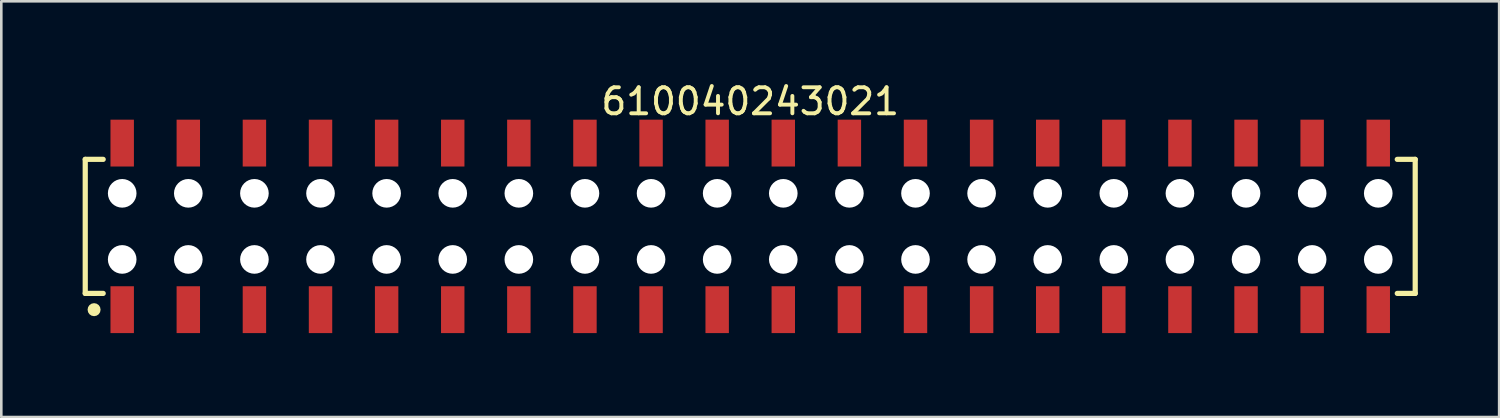
<source format=kicad_pcb>
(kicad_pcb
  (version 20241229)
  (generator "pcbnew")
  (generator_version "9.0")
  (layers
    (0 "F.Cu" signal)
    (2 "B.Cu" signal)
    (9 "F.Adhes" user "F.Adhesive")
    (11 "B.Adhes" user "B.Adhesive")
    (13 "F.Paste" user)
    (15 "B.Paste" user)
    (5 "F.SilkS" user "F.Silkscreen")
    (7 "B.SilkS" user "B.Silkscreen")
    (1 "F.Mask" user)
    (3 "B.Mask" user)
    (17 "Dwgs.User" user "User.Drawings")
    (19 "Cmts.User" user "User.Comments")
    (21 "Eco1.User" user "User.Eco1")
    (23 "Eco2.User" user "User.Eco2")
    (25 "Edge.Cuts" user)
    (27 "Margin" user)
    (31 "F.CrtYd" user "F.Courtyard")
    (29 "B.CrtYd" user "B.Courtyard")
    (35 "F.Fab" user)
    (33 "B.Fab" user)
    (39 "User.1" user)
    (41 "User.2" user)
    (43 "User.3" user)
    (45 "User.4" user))
  (footprint "610040243021"
    (layer "F.Cu")
    (at 25.775 5.648)
    (property "Reference" "610040243021" (at 0 -4.8 0) (layer "F.SilkS") (effects (font (size 1 1) (thickness 0.15))))
    (fp_line (start -25.55 -2.575) (end -24.86 -2.575) (stroke (width 0.2) (type solid)) (layer "F.SilkS"))
    (fp_line (start -25.55 2.575) (end -25.55 -2.575) (stroke (width 0.2) (type solid)) (layer "F.SilkS"))
    (fp_line (start -25.55 2.575) (end -24.86 2.575) (stroke (width 0.2) (type solid)) (layer "F.SilkS"))
    (fp_line (start 24.86 -2.575) (end 25.55 -2.575) (stroke (width 0.2) (type solid)) (layer "F.SilkS"))
    (fp_line (start 24.86 2.575) (end 25.55 2.575) (stroke (width 0.2) (type solid)) (layer "F.SilkS"))
    (fp_line (start 25.55 2.575) (end 25.55 -2.575) (stroke (width 0.2) (type solid)) (layer "F.SilkS"))
    (fp_circle (center -25.21 3.2) (end -25.21 3.075) (stroke (width 0.25) (type solid)) (fill no) (layer "F.SilkS"))
    (fp_line (start -25.75 -4.3) (end 25.75 -4.3) (stroke (width 0.05) (type solid)) (layer "Eco2.User"))
    (fp_line (start -25.75 4.3) (end -25.75 -4.3) (stroke (width 0.05) (type solid)) (layer "Eco2.User"))
    (fp_line (start -25.75 4.3) (end 25.75 4.3) (stroke (width 0.05) (type solid)) (layer "Eco2.User"))
    (fp_line (start -25.4 -2.5) (end 25.4 -2.5) (stroke (width 0.1) (type solid)) (layer "Eco2.User"))
    (fp_line (start -25.4 2.5) (end -25.4 -2.5) (stroke (width 0.1) (type solid)) (layer "Eco2.User"))
    (fp_line (start -25.4 2.5) (end 25.4 2.5) (stroke (width 0.1) (type solid)) (layer "Eco2.User"))
    (fp_line (start -24.38 -3.6) (end -23.88 -3.6) (stroke (width 0.1) (type solid)) (layer "Eco2.User"))
    (fp_line (start -24.38 -2.5) (end -24.38 -3.6) (stroke (width 0.1) (type solid)) (layer "Eco2.User"))
    (fp_line (start -24.38 3.6) (end -24.38 2.5) (stroke (width 0.1) (type solid)) (layer "Eco2.User"))
    (fp_line (start -24.38 3.6) (end -23.88 3.6) (stroke (width 0.1) (type solid)) (layer "Eco2.User"))
    (fp_line (start -23.88 -2.5) (end -23.88 -3.6) (stroke (width 0.1) (type solid)) (layer "Eco2.User"))
    (fp_line (start -23.88 3.6) (end -23.88 2.5) (stroke (width 0.1) (type solid)) (layer "Eco2.User"))
    (fp_line (start -21.84 -3.6) (end -21.34 -3.6) (stroke (width 0.1) (type solid)) (layer "Eco2.User"))
    (fp_line (start -21.84 -2.5) (end -21.84 -3.6) (stroke (width 0.1) (type solid)) (layer "Eco2.User"))
    (fp_line (start -21.84 3.6) (end -21.84 2.5) (stroke (width 0.1) (type solid)) (layer "Eco2.User"))
    (fp_line (start -21.84 3.6) (end -21.34 3.6) (stroke (width 0.1) (type solid)) (layer "Eco2.User"))
    (fp_line (start -21.34 -2.5) (end -21.34 -3.6) (stroke (width 0.1) (type solid)) (layer "Eco2.User"))
    (fp_line (start -21.34 3.6) (end -21.34 2.5) (stroke (width 0.1) (type solid)) (layer "Eco2.User"))
    (fp_line (start -19.3 -3.6) (end -18.8 -3.6) (stroke (width 0.1) (type solid)) (layer "Eco2.User"))
    (fp_line (start -19.3 -2.5) (end -19.3 -3.6) (stroke (width 0.1) (type solid)) (layer "Eco2.User"))
    (fp_line (start -19.3 3.6) (end -19.3 2.5) (stroke (width 0.1) (type solid)) (layer "Eco2.User"))
    (fp_line (start -19.3 3.6) (end -18.8 3.6) (stroke (width 0.1) (type solid)) (layer "Eco2.User"))
    (fp_line (start -18.8 -2.5) (end -18.8 -3.6) (stroke (width 0.1) (type solid)) (layer "Eco2.User"))
    (fp_line (start -18.8 3.6) (end -18.8 2.5) (stroke (width 0.1) (type solid)) (layer "Eco2.User"))
    (fp_line (start -16.76 -3.6) (end -16.26 -3.6) (stroke (width 0.1) (type solid)) (layer "Eco2.User"))
    (fp_line (start -16.76 -2.5) (end -16.76 -3.6) (stroke (width 0.1) (type solid)) (layer "Eco2.User"))
    (fp_line (start -16.76 3.6) (end -16.76 2.5) (stroke (width 0.1) (type solid)) (layer "Eco2.User"))
    (fp_line (start -16.76 3.6) (end -16.26 3.6) (stroke (width 0.1) (type solid)) (layer "Eco2.User"))
    (fp_line (start -16.26 -2.5) (end -16.26 -3.6) (stroke (width 0.1) (type solid)) (layer "Eco2.User"))
    (fp_line (start -16.26 3.6) (end -16.26 2.5) (stroke (width 0.1) (type solid)) (layer "Eco2.User"))
    (fp_line (start -14.22 -3.6) (end -13.72 -3.6) (stroke (width 0.1) (type solid)) (layer "Eco2.User"))
    (fp_line (start -14.22 -2.5) (end -14.22 -3.6) (stroke (width 0.1) (type solid)) (layer "Eco2.User"))
    (fp_line (start -14.22 3.6) (end -14.22 2.5) (stroke (width 0.1) (type solid)) (layer "Eco2.User"))
    (fp_line (start -14.22 3.6) (end -13.72 3.6) (stroke (width 0.1) (type solid)) (layer "Eco2.User"))
    (fp_line (start -13.72 -2.5) (end -13.72 -3.6) (stroke (width 0.1) (type solid)) (layer "Eco2.User"))
    (fp_line (start -13.72 3.6) (end -13.72 2.5) (stroke (width 0.1) (type solid)) (layer "Eco2.User"))
    (fp_line (start -11.68 -3.6) (end -11.18 -3.6) (stroke (width 0.1) (type solid)) (layer "Eco2.User"))
    (fp_line (start -11.68 -2.5) (end -11.68 -3.6) (stroke (width 0.1) (type solid)) (layer "Eco2.User"))
    (fp_line (start -11.68 3.6) (end -11.68 2.5) (stroke (width 0.1) (type solid)) (layer "Eco2.User"))
    (fp_line (start -11.68 3.6) (end -11.18 3.6) (stroke (width 0.1) (type solid)) (layer "Eco2.User"))
    (fp_line (start -11.18 -2.5) (end -11.18 -3.6) (stroke (width 0.1) (type solid)) (layer "Eco2.User"))
    (fp_line (start -11.18 3.6) (end -11.18 2.5) (stroke (width 0.1) (type solid)) (layer "Eco2.User"))
    (fp_line (start -9.14 -3.6) (end -8.64 -3.6) (stroke (width 0.1) (type solid)) (layer "Eco2.User"))
    (fp_line (start -9.14 -2.5) (end -9.14 -3.6) (stroke (width 0.1) (type solid)) (layer "Eco2.User"))
    (fp_line (start -9.14 3.6) (end -9.14 2.5) (stroke (width 0.1) (type solid)) (layer "Eco2.User"))
    (fp_line (start -9.14 3.6) (end -8.64 3.6) (stroke (width 0.1) (type solid)) (layer "Eco2.User"))
    (fp_line (start -8.64 -2.5) (end -8.64 -3.6) (stroke (width 0.1) (type solid)) (layer "Eco2.User"))
    (fp_line (start -8.64 3.6) (end -8.64 2.5) (stroke (width 0.1) (type solid)) (layer "Eco2.User"))
    (fp_line (start -6.6 -3.6) (end -6.1 -3.6) (stroke (width 0.1) (type solid)) (layer "Eco2.User"))
    (fp_line (start -6.6 -2.5) (end -6.6 -3.6) (stroke (width 0.1) (type solid)) (layer "Eco2.User"))
    (fp_line (start -6.6 3.6) (end -6.6 2.5) (stroke (width 0.1) (type solid)) (layer "Eco2.User"))
    (fp_line (start -6.6 3.6) (end -6.1 3.6) (stroke (width 0.1) (type solid)) (layer "Eco2.User"))
    (fp_line (start -6.1 -2.5) (end -6.1 -3.6) (stroke (width 0.1) (type solid)) (layer "Eco2.User"))
    (fp_line (start -6.1 3.6) (end -6.1 2.5) (stroke (width 0.1) (type solid)) (layer "Eco2.User"))
    (fp_line (start -4.06 -3.6) (end -3.56 -3.6) (stroke (width 0.1) (type solid)) (layer "Eco2.User"))
    (fp_line (start -4.06 -2.5) (end -4.06 -3.6) (stroke (width 0.1) (type solid)) (layer "Eco2.User"))
    (fp_line (start -4.06 3.6) (end -4.06 2.5) (stroke (width 0.1) (type solid)) (layer "Eco2.User"))
    (fp_line (start -4.06 3.6) (end -3.56 3.6) (stroke (width 0.1) (type solid)) (layer "Eco2.User"))
    (fp_line (start -3.56 -2.5) (end -3.56 -3.6) (stroke (width 0.1) (type solid)) (layer "Eco2.User"))
    (fp_line (start -3.56 3.6) (end -3.56 2.5) (stroke (width 0.1) (type solid)) (layer "Eco2.User"))
    (fp_line (start -1.52 -3.6) (end -1.02 -3.6) (stroke (width 0.1) (type solid)) (layer "Eco2.User"))
    (fp_line (start -1.52 -2.5) (end -1.52 -3.6) (stroke (width 0.1) (type solid)) (layer "Eco2.User"))
    (fp_line (start -1.52 3.6) (end -1.52 2.5) (stroke (width 0.1) (type solid)) (layer "Eco2.User"))
    (fp_line (start -1.52 3.6) (end -1.02 3.6) (stroke (width 0.1) (type solid)) (layer "Eco2.User"))
    (fp_line (start -1.02 -2.5) (end -1.02 -3.6) (stroke (width 0.1) (type solid)) (layer "Eco2.User"))
    (fp_line (start -1.02 3.6) (end -1.02 2.5) (stroke (width 0.1) (type solid)) (layer "Eco2.User"))
    (fp_line (start -0.5 0) (end 0.5 0) (stroke (width 0.05) (type solid)) (layer "Eco2.User"))
    (fp_line (start 0 0.5) (end 0 -0.5) (stroke (width 0.05) (type solid)) (layer "Eco2.User"))
    (fp_line (start 1.02 -3.6) (end 1.52 -3.6) (stroke (width 0.1) (type solid)) (layer "Eco2.User"))
    (fp_line (start 1.02 -2.5) (end 1.02 -3.6) (stroke (width 0.1) (type solid)) (layer "Eco2.User"))
    (fp_line (start 1.02 3.6) (end 1.02 2.5) (stroke (width 0.1) (type solid)) (layer "Eco2.User"))
    (fp_line (start 1.02 3.6) (end 1.52 3.6) (stroke (width 0.1) (type solid)) (layer "Eco2.User"))
    (fp_line (start 1.52 -2.5) (end 1.52 -3.6) (stroke (width 0.1) (type solid)) (layer "Eco2.User"))
    (fp_line (start 1.52 3.6) (end 1.52 2.5) (stroke (width 0.1) (type solid)) (layer "Eco2.User"))
    (fp_line (start 3.56 -3.6) (end 4.06 -3.6) (stroke (width 0.1) (type solid)) (layer "Eco2.User"))
    (fp_line (start 3.56 -2.5) (end 3.56 -3.6) (stroke (width 0.1) (type solid)) (layer "Eco2.User"))
    (fp_line (start 3.56 3.6) (end 3.56 2.5) (stroke (width 0.1) (type solid)) (layer "Eco2.User"))
    (fp_line (start 3.56 3.6) (end 4.06 3.6) (stroke (width 0.1) (type solid)) (layer "Eco2.User"))
    (fp_line (start 4.06 -2.5) (end 4.06 -3.6) (stroke (width 0.1) (type solid)) (layer "Eco2.User"))
    (fp_line (start 4.06 3.6) (end 4.06 2.5) (stroke (width 0.1) (type solid)) (layer "Eco2.User"))
    (fp_line (start 6.1 -3.6) (end 6.6 -3.6) (stroke (width 0.1) (type solid)) (layer "Eco2.User"))
    (fp_line (start 6.1 -2.5) (end 6.1 -3.6) (stroke (width 0.1) (type solid)) (layer "Eco2.User"))
    (fp_line (start 6.1 3.6) (end 6.1 2.5) (stroke (width 0.1) (type solid)) (layer "Eco2.User"))
    (fp_line (start 6.1 3.6) (end 6.6 3.6) (stroke (width 0.1) (type solid)) (layer "Eco2.User"))
    (fp_line (start 6.6 -2.5) (end 6.6 -3.6) (stroke (width 0.1) (type solid)) (layer "Eco2.User"))
    (fp_line (start 6.6 3.6) (end 6.6 2.5) (stroke (width 0.1) (type solid)) (layer "Eco2.User"))
    (fp_line (start 8.64 -3.6) (end 9.14 -3.6) (stroke (width 0.1) (type solid)) (layer "Eco2.User"))
    (fp_line (start 8.64 -2.5) (end 8.64 -3.6) (stroke (width 0.1) (type solid)) (layer "Eco2.User"))
    (fp_line (start 8.64 3.6) (end 8.64 2.5) (stroke (width 0.1) (type solid)) (layer "Eco2.User"))
    (fp_line (start 8.64 3.6) (end 9.14 3.6) (stroke (width 0.1) (type solid)) (layer "Eco2.User"))
    (fp_line (start 9.14 -2.5) (end 9.14 -3.6) (stroke (width 0.1) (type solid)) (layer "Eco2.User"))
    (fp_line (start 9.14 3.6) (end 9.14 2.5) (stroke (width 0.1) (type solid)) (layer "Eco2.User"))
    (fp_line (start 11.18 -3.6) (end 11.68 -3.6) (stroke (width 0.1) (type solid)) (layer "Eco2.User"))
    (fp_line (start 11.18 -2.5) (end 11.18 -3.6) (stroke (width 0.1) (type solid)) (layer "Eco2.User"))
    (fp_line (start 11.18 3.6) (end 11.18 2.5) (stroke (width 0.1) (type solid)) (layer "Eco2.User"))
    (fp_line (start 11.18 3.6) (end 11.68 3.6) (stroke (width 0.1) (type solid)) (layer "Eco2.User"))
    (fp_line (start 11.68 -2.5) (end 11.68 -3.6) (stroke (width 0.1) (type solid)) (layer "Eco2.User"))
    (fp_line (start 11.68 3.6) (end 11.68 2.5) (stroke (width 0.1) (type solid)) (layer "Eco2.User"))
    (fp_line (start 13.72 -3.6) (end 14.22 -3.6) (stroke (width 0.1) (type solid)) (layer "Eco2.User"))
    (fp_line (start 13.72 -2.5) (end 13.72 -3.6) (stroke (width 0.1) (type solid)) (layer "Eco2.User"))
    (fp_line (start 13.72 3.6) (end 13.72 2.5) (stroke (width 0.1) (type solid)) (layer "Eco2.User"))
    (fp_line (start 13.72 3.6) (end 14.22 3.6) (stroke (width 0.1) (type solid)) (layer "Eco2.User"))
    (fp_line (start 14.22 -2.5) (end 14.22 -3.6) (stroke (width 0.1) (type solid)) (layer "Eco2.User"))
    (fp_line (start 14.22 3.6) (end 14.22 2.5) (stroke (width 0.1) (type solid)) (layer "Eco2.User"))
    (fp_line (start 16.26 -3.6) (end 16.76 -3.6) (stroke (width 0.1) (type solid)) (layer "Eco2.User"))
    (fp_line (start 16.26 -2.5) (end 16.26 -3.6) (stroke (width 0.1) (type solid)) (layer "Eco2.User"))
    (fp_line (start 16.26 3.6) (end 16.26 2.5) (stroke (width 0.1) (type solid)) (layer "Eco2.User"))
    (fp_line (start 16.26 3.6) (end 16.76 3.6) (stroke (width 0.1) (type solid)) (layer "Eco2.User"))
    (fp_line (start 16.76 -2.5) (end 16.76 -3.6) (stroke (width 0.1) (type solid)) (layer "Eco2.User"))
    (fp_line (start 16.76 3.6) (end 16.76 2.5) (stroke (width 0.1) (type solid)) (layer "Eco2.User"))
    (fp_line (start 18.8 -3.6) (end 19.3 -3.6) (stroke (width 0.1) (type solid)) (layer "Eco2.User"))
    (fp_line (start 18.8 -2.5) (end 18.8 -3.6) (stroke (width 0.1) (type solid)) (layer "Eco2.User"))
    (fp_line (start 18.8 3.6) (end 18.8 2.5) (stroke (width 0.1) (type solid)) (layer "Eco2.User"))
    (fp_line (start 18.8 3.6) (end 19.3 3.6) (stroke (width 0.1) (type solid)) (layer "Eco2.User"))
    (fp_line (start 19.3 -2.5) (end 19.3 -3.6) (stroke (width 0.1) (type solid)) (layer "Eco2.User"))
    (fp_line (start 19.3 3.6) (end 19.3 2.5) (stroke (width 0.1) (type solid)) (layer "Eco2.User"))
    (fp_line (start 21.34 -3.6) (end 21.84 -3.6) (stroke (width 0.1) (type solid)) (layer "Eco2.User"))
    (fp_line (start 21.34 -2.5) (end 21.34 -3.6) (stroke (width 0.1) (type solid)) (layer "Eco2.User"))
    (fp_line (start 21.34 3.6) (end 21.34 2.5) (stroke (width 0.1) (type solid)) (layer "Eco2.User"))
    (fp_line (start 21.34 3.6) (end 21.84 3.6) (stroke (width 0.1) (type solid)) (layer "Eco2.User"))
    (fp_line (start 21.84 -2.5) (end 21.84 -3.6) (stroke (width 0.1) (type solid)) (layer "Eco2.User"))
    (fp_line (start 21.84 3.6) (end 21.84 2.5) (stroke (width 0.1) (type solid)) (layer "Eco2.User"))
    (fp_line (start 23.88 -3.6) (end 24.38 -3.6) (stroke (width 0.1) (type solid)) (layer "Eco2.User"))
    (fp_line (start 23.88 -2.5) (end 23.88 -3.6) (stroke (width 0.1) (type solid)) (layer "Eco2.User"))
    (fp_line (start 23.88 3.6) (end 23.88 2.5) (stroke (width 0.1) (type solid)) (layer "Eco2.User"))
    (fp_line (start 23.88 3.6) (end 24.38 3.6) (stroke (width 0.1) (type solid)) (layer "Eco2.User"))
    (fp_line (start 24.38 -2.5) (end 24.38 -3.6) (stroke (width 0.1) (type solid)) (layer "Eco2.User"))
    (fp_line (start 24.38 3.6) (end 24.38 2.5) (stroke (width 0.1) (type solid)) (layer "Eco2.User"))
    (fp_line (start 25.4 2.5) (end 25.4 -2.5) (stroke (width 0.1) (type solid)) (layer "Eco2.User"))
    (fp_line (start 25.75 4.3) (end 25.75 -4.3) (stroke (width 0.05) (type solid)) (layer "Eco2.User"))
    (fp_text user "${REFERENCE}" (at 0.15 -0.197 0) (unlocked yes) (layer "User.3") (effects (font (size 1.5 1.5) (thickness 0.15))))
    (pad "" np_thru_hole circle (at -24.13 -1.27) (size 1.1 1.1) (drill 1.1) (layers "*.Cu" "*.Mask"))
    (pad "" np_thru_hole circle (at -24.13 1.27) (size 1.1 1.1) (drill 1.1) (layers "*.Cu" "*.Mask"))
    (pad "" np_thru_hole circle (at -21.59 -1.27) (size 1.1 1.1) (drill 1.1) (layers "*.Cu" "*.Mask"))
    (pad "" np_thru_hole circle (at -21.59 1.27) (size 1.1 1.1) (drill 1.1) (layers "*.Cu" "*.Mask"))
    (pad "" np_thru_hole circle (at -19.05 -1.27) (size 1.1 1.1) (drill 1.1) (layers "*.Cu" "*.Mask"))
    (pad "" np_thru_hole circle (at -19.05 1.27) (size 1.1 1.1) (drill 1.1) (layers "*.Cu" "*.Mask"))
    (pad "" np_thru_hole circle (at -16.51 -1.27) (size 1.1 1.1) (drill 1.1) (layers "*.Cu" "*.Mask"))
    (pad "" np_thru_hole circle (at -16.51 1.27) (size 1.1 1.1) (drill 1.1) (layers "*.Cu" "*.Mask"))
    (pad "" np_thru_hole circle (at -13.97 -1.27) (size 1.1 1.1) (drill 1.1) (layers "*.Cu" "*.Mask"))
    (pad "" np_thru_hole circle (at -13.97 1.27) (size 1.1 1.1) (drill 1.1) (layers "*.Cu" "*.Mask"))
    (pad "" np_thru_hole circle (at -11.43 -1.27) (size 1.1 1.1) (drill 1.1) (layers "*.Cu" "*.Mask"))
    (pad "" np_thru_hole circle (at -11.43 1.27) (size 1.1 1.1) (drill 1.1) (layers "*.Cu" "*.Mask"))
    (pad "" np_thru_hole circle (at -8.89 -1.27) (size 1.1 1.1) (drill 1.1) (layers "*.Cu" "*.Mask"))
    (pad "" np_thru_hole circle (at -8.89 1.27) (size 1.1 1.1) (drill 1.1) (layers "*.Cu" "*.Mask"))
    (pad "" np_thru_hole circle (at -6.35 -1.27) (size 1.1 1.1) (drill 1.1) (layers "*.Cu" "*.Mask"))
    (pad "" np_thru_hole circle (at -6.35 1.27) (size 1.1 1.1) (drill 1.1) (layers "*.Cu" "*.Mask"))
    (pad "" np_thru_hole circle (at -3.81 -1.27) (size 1.1 1.1) (drill 1.1) (layers "*.Cu" "*.Mask"))
    (pad "" np_thru_hole circle (at -3.81 1.27) (size 1.1 1.1) (drill 1.1) (layers "*.Cu" "*.Mask"))
    (pad "" np_thru_hole circle (at -1.27 -1.27) (size 1.1 1.1) (drill 1.1) (layers "*.Cu" "*.Mask"))
    (pad "" np_thru_hole circle (at -1.27 1.27) (size 1.1 1.1) (drill 1.1) (layers "*.Cu" "*.Mask"))
    (pad "" np_thru_hole circle (at 1.27 -1.27) (size 1.1 1.1) (drill 1.1) (layers "*.Cu" "*.Mask"))
    (pad "" np_thru_hole circle (at 1.27 1.27) (size 1.1 1.1) (drill 1.1) (layers "*.Cu" "*.Mask"))
    (pad "" np_thru_hole circle (at 3.81 -1.27) (size 1.1 1.1) (drill 1.1) (layers "*.Cu" "*.Mask"))
    (pad "" np_thru_hole circle (at 3.81 1.27) (size 1.1 1.1) (drill 1.1) (layers "*.Cu" "*.Mask"))
    (pad "" np_thru_hole circle (at 6.35 -1.27) (size 1.1 1.1) (drill 1.1) (layers "*.Cu" "*.Mask"))
    (pad "" np_thru_hole circle (at 6.35 1.27) (size 1.1 1.1) (drill 1.1) (layers "*.Cu" "*.Mask"))
    (pad "" np_thru_hole circle (at 8.89 -1.27) (size 1.1 1.1) (drill 1.1) (layers "*.Cu" "*.Mask"))
    (pad "" np_thru_hole circle (at 8.89 1.27) (size 1.1 1.1) (drill 1.1) (layers "*.Cu" "*.Mask"))
    (pad "" np_thru_hole circle (at 11.43 -1.27) (size 1.1 1.1) (drill 1.1) (layers "*.Cu" "*.Mask"))
    (pad "" np_thru_hole circle (at 11.43 1.27) (size 1.1 1.1) (drill 1.1) (layers "*.Cu" "*.Mask"))
    (pad "" np_thru_hole circle (at 13.97 -1.27) (size 1.1 1.1) (drill 1.1) (layers "*.Cu" "*.Mask"))
    (pad "" np_thru_hole circle (at 13.97 1.27) (size 1.1 1.1) (drill 1.1) (layers "*.Cu" "*.Mask"))
    (pad "" np_thru_hole circle (at 16.51 -1.27) (size 1.1 1.1) (drill 1.1) (layers "*.Cu" "*.Mask"))
    (pad "" np_thru_hole circle (at 16.51 1.27) (size 1.1 1.1) (drill 1.1) (layers "*.Cu" "*.Mask"))
    (pad "" np_thru_hole circle (at 19.05 -1.27) (size 1.1 1.1) (drill 1.1) (layers "*.Cu" "*.Mask"))
    (pad "" np_thru_hole circle (at 19.05 1.27) (size 1.1 1.1) (drill 1.1) (layers "*.Cu" "*.Mask"))
    (pad "" np_thru_hole circle (at 21.59 -1.27) (size 1.1 1.1) (drill 1.1) (layers "*.Cu" "*.Mask"))
    (pad "" np_thru_hole circle (at 21.59 1.27) (size 1.1 1.1) (drill 1.1) (layers "*.Cu" "*.Mask"))
    (pad "" np_thru_hole circle (at 24.13 -1.27) (size 1.1 1.1) (drill 1.1) (layers "*.Cu" "*.Mask"))
    (pad "" np_thru_hole circle (at 24.13 1.27) (size 1.1 1.1) (drill 1.1) (layers "*.Cu" "*.Mask"))
    (pad "1" smd rect (at -24.13 3.2) (size 0.9 1.8) (layers "F.Cu" "F.Mask" "F.Paste"))
    (pad "2" smd rect (at -24.13 -3.2) (size 0.9 1.8) (layers "F.Cu" "F.Mask" "F.Paste"))
    (pad "3" smd rect (at -21.59 3.2) (size 0.9 1.8) (layers "F.Cu" "F.Mask" "F.Paste"))
    (pad "4" smd rect (at -21.59 -3.2) (size 0.9 1.8) (layers "F.Cu" "F.Mask" "F.Paste"))
    (pad "5" smd rect (at -19.05 3.2) (size 0.9 1.8) (layers "F.Cu" "F.Mask" "F.Paste"))
    (pad "6" smd rect (at -19.05 -3.2) (size 0.9 1.8) (layers "F.Cu" "F.Mask" "F.Paste"))
    (pad "7" smd rect (at -16.51 3.2) (size 0.9 1.8) (layers "F.Cu" "F.Mask" "F.Paste"))
    (pad "8" smd rect (at -16.51 -3.2) (size 0.9 1.8) (layers "F.Cu" "F.Mask" "F.Paste"))
    (pad "9" smd rect (at -13.97 3.2) (size 0.9 1.8) (layers "F.Cu" "F.Mask" "F.Paste"))
    (pad "10" smd rect (at -13.97 -3.2) (size 0.9 1.8) (layers "F.Cu" "F.Mask" "F.Paste"))
    (pad "11" smd rect (at -11.43 3.2) (size 0.9 1.8) (layers "F.Cu" "F.Mask" "F.Paste"))
    (pad "12" smd rect (at -11.43 -3.2) (size 0.9 1.8) (layers "F.Cu" "F.Mask" "F.Paste"))
    (pad "13" smd rect (at -8.89 3.2) (size 0.9 1.8) (layers "F.Cu" "F.Mask" "F.Paste"))
    (pad "14" smd rect (at -8.89 -3.2) (size 0.9 1.8) (layers "F.Cu" "F.Mask" "F.Paste"))
    (pad "15" smd rect (at -6.35 3.2) (size 0.9 1.8) (layers "F.Cu" "F.Mask" "F.Paste"))
    (pad "16" smd rect (at -6.35 -3.2) (size 0.9 1.8) (layers "F.Cu" "F.Mask" "F.Paste"))
    (pad "17" smd rect (at -3.81 3.2) (size 0.9 1.8) (layers "F.Cu" "F.Mask" "F.Paste"))
    (pad "18" smd rect (at -3.81 -3.2) (size 0.9 1.8) (layers "F.Cu" "F.Mask" "F.Paste"))
    (pad "19" smd rect (at -1.27 3.2) (size 0.9 1.8) (layers "F.Cu" "F.Mask" "F.Paste"))
    (pad "20" smd rect (at -1.27 -3.2) (size 0.9 1.8) (layers "F.Cu" "F.Mask" "F.Paste"))
    (pad "21" smd rect (at 1.27 3.2) (size 0.9 1.8) (layers "F.Cu" "F.Mask" "F.Paste"))
    (pad "22" smd rect (at 1.27 -3.2) (size 0.9 1.8) (layers "F.Cu" "F.Mask" "F.Paste"))
    (pad "23" smd rect (at 3.81 3.2) (size 0.9 1.8) (layers "F.Cu" "F.Mask" "F.Paste"))
    (pad "24" smd rect (at 3.81 -3.2) (size 0.9 1.8) (layers "F.Cu" "F.Mask" "F.Paste"))
    (pad "25" smd rect (at 6.35 3.2) (size 0.9 1.8) (layers "F.Cu" "F.Mask" "F.Paste"))
    (pad "26" smd rect (at 6.35 -3.2) (size 0.9 1.8) (layers "F.Cu" "F.Mask" "F.Paste"))
    (pad "27" smd rect (at 8.89 3.2) (size 0.9 1.8) (layers "F.Cu" "F.Mask" "F.Paste"))
    (pad "28" smd rect (at 8.89 -3.2) (size 0.9 1.8) (layers "F.Cu" "F.Mask" "F.Paste"))
    (pad "29" smd rect (at 11.43 3.2) (size 0.9 1.8) (layers "F.Cu" "F.Mask" "F.Paste"))
    (pad "30" smd rect (at 11.43 -3.2) (size 0.9 1.8) (layers "F.Cu" "F.Mask" "F.Paste"))
    (pad "31" smd rect (at 13.97 3.2) (size 0.9 1.8) (layers "F.Cu" "F.Mask" "F.Paste"))
    (pad "32" smd rect (at 13.97 -3.2) (size 0.9 1.8) (layers "F.Cu" "F.Mask" "F.Paste"))
    (pad "33" smd rect (at 16.51 3.2) (size 0.9 1.8) (layers "F.Cu" "F.Mask" "F.Paste"))
    (pad "34" smd rect (at 16.51 -3.2) (size 0.9 1.8) (layers "F.Cu" "F.Mask" "F.Paste"))
    (pad "35" smd rect (at 19.05 3.2) (size 0.9 1.8) (layers "F.Cu" "F.Mask" "F.Paste"))
    (pad "36" smd rect (at 19.05 -3.2) (size 0.9 1.8) (layers "F.Cu" "F.Mask" "F.Paste"))
    (pad "37" smd rect (at 21.59 3.2) (size 0.9 1.8) (layers "F.Cu" "F.Mask" "F.Paste"))
    (pad "38" smd rect (at 21.59 -3.2) (size 0.9 1.8) (layers "F.Cu" "F.Mask" "F.Paste"))
    (pad "39" smd rect (at 24.13 3.2) (size 0.9 1.8) (layers "F.Cu" "F.Mask" "F.Paste"))
    (pad "40" smd rect (at 24.13 -3.2) (size 0.9 1.8) (layers "F.Cu" "F.Mask" "F.Paste")))
  (gr_rect
    (start -3 -3)
    (end 54.55 12.973)
    (stroke (width 0.1) (type default))
    (fill no)
    (layer "Edge.Cuts")))
</source>
